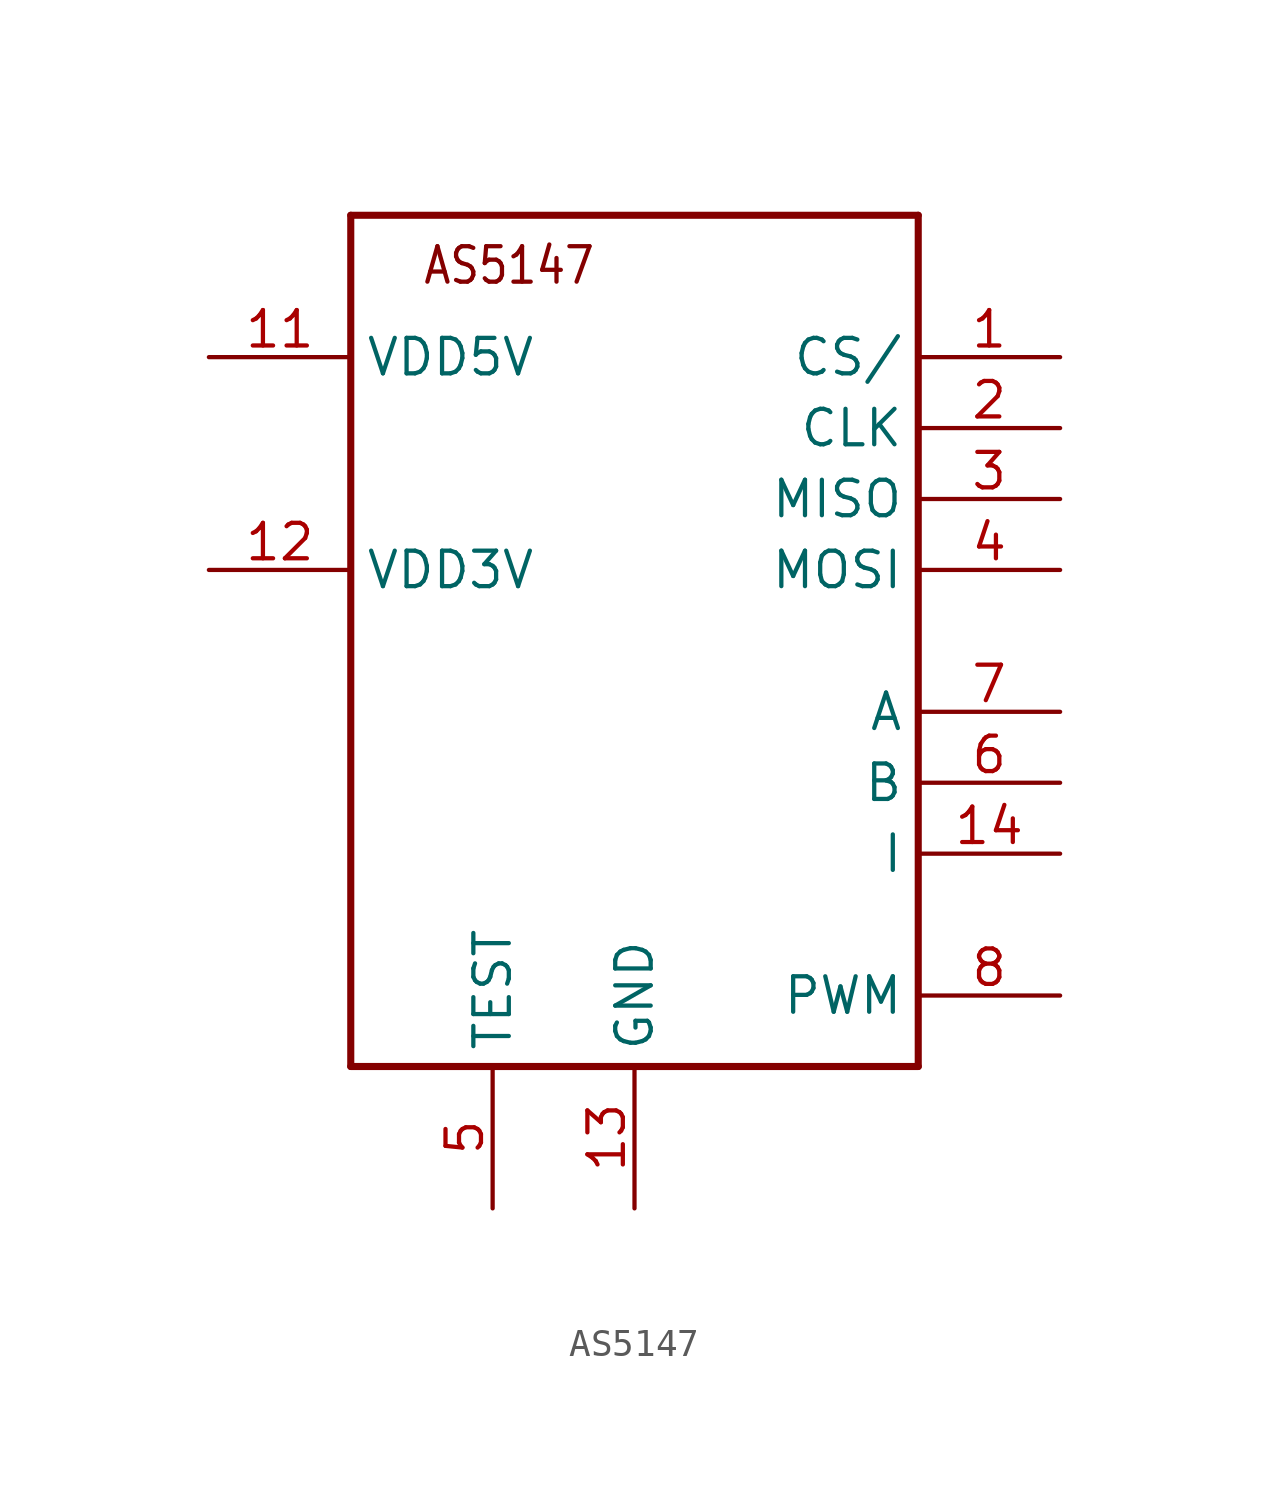
<source format=kicad_sym>
(kicad_symbol_lib
  (version 20220914)
  (generator kicad_symbol_editor)
  (symbol "AS5147"
    (property "Reference" ""
      (at -10.16 17.78 0)
      (effects (font (size 1.27 1.079)) (justify left bottom) hide))
    (property "ki_locked" ""
      (at 0 0 0)
      (effects (font (size 1.27 1.27))))
    (symbol "AS5147_1_0"
      (polyline (pts (xy -10.16 -15.24) (xy -10.16 15.24)) (stroke (width 0.254) (type solid)) (fill (type none)))
      (polyline (pts (xy -10.16 15.24) (xy 10.16 15.24)) (stroke (width 0.254) (type solid)) (fill (type none)))
      (polyline (pts (xy 10.16 -15.24) (xy -10.16 -15.24)) (stroke (width 0.254) (type solid)) (fill (type none)))
      (polyline (pts (xy 10.16 15.24) (xy 10.16 -15.24)) (stroke (width 0.254) (type solid)) (fill (type none)))
      (text "AS5147" (at -7.62 12.7 0) (effects (font (size 1.27 1.079)) (justify left bottom)))
      (pin bidirectional line (at 15.24 10.16 180) (length 5.08) (name "CS/" (effects (font (size 1.27 1.27)))) (number "1" (effects (font (size 1.27 1.27)))))
      (pin bidirectional line (at -15.24 10.16 0) (length 5.08) (name "VDD5V" (effects (font (size 1.27 1.27)))) (number "11" (effects (font (size 1.27 1.27)))))
      (pin bidirectional line (at -15.24 2.54 0) (length 5.08) (name "VDD3V" (effects (font (size 1.27 1.27)))) (number "12" (effects (font (size 1.27 1.27)))))
      (pin bidirectional line (at 0 -20.32 90) (length 5.08) (name "GND" (effects (font (size 1.27 1.27)))) (number "13" (effects (font (size 1.27 1.27)))))
      (pin bidirectional line (at 15.24 -7.62 180) (length 5.08) (name "I" (effects (font (size 1.27 1.27)))) (number "14" (effects (font (size 1.27 1.27)))))
      (pin bidirectional line (at 15.24 7.62 180) (length 5.08) (name "CLK" (effects (font (size 1.27 1.27)))) (number "2" (effects (font (size 1.27 1.27)))))
      (pin bidirectional line (at 15.24 5.08 180) (length 5.08) (name "MISO" (effects (font (size 1.27 1.27)))) (number "3" (effects (font (size 1.27 1.27)))))
      (pin bidirectional line (at 15.24 2.54 180) (length 5.08) (name "MOSI" (effects (font (size 1.27 1.27)))) (number "4" (effects (font (size 1.27 1.27)))))
      (pin bidirectional line (at -5.08 -20.32 90) (length 5.08) (name "TEST" (effects (font (size 1.27 1.27)))) (number "5" (effects (font (size 1.27 1.27)))))
      (pin bidirectional line (at 15.24 -5.08 180) (length 5.08) (name "B" (effects (font (size 1.27 1.27)))) (number "6" (effects (font (size 1.27 1.27)))))
      (pin bidirectional line (at 15.24 -2.54 180) (length 5.08) (name "A" (effects (font (size 1.27 1.27)))) (number "7" (effects (font (size 1.27 1.27)))))
      (pin bidirectional line (at 15.24 -12.7 180) (length 5.08) (name "PWM" (effects (font (size 1.27 1.27)))) (number "8" (effects (font (size 1.27 1.27))))))))
</source>
